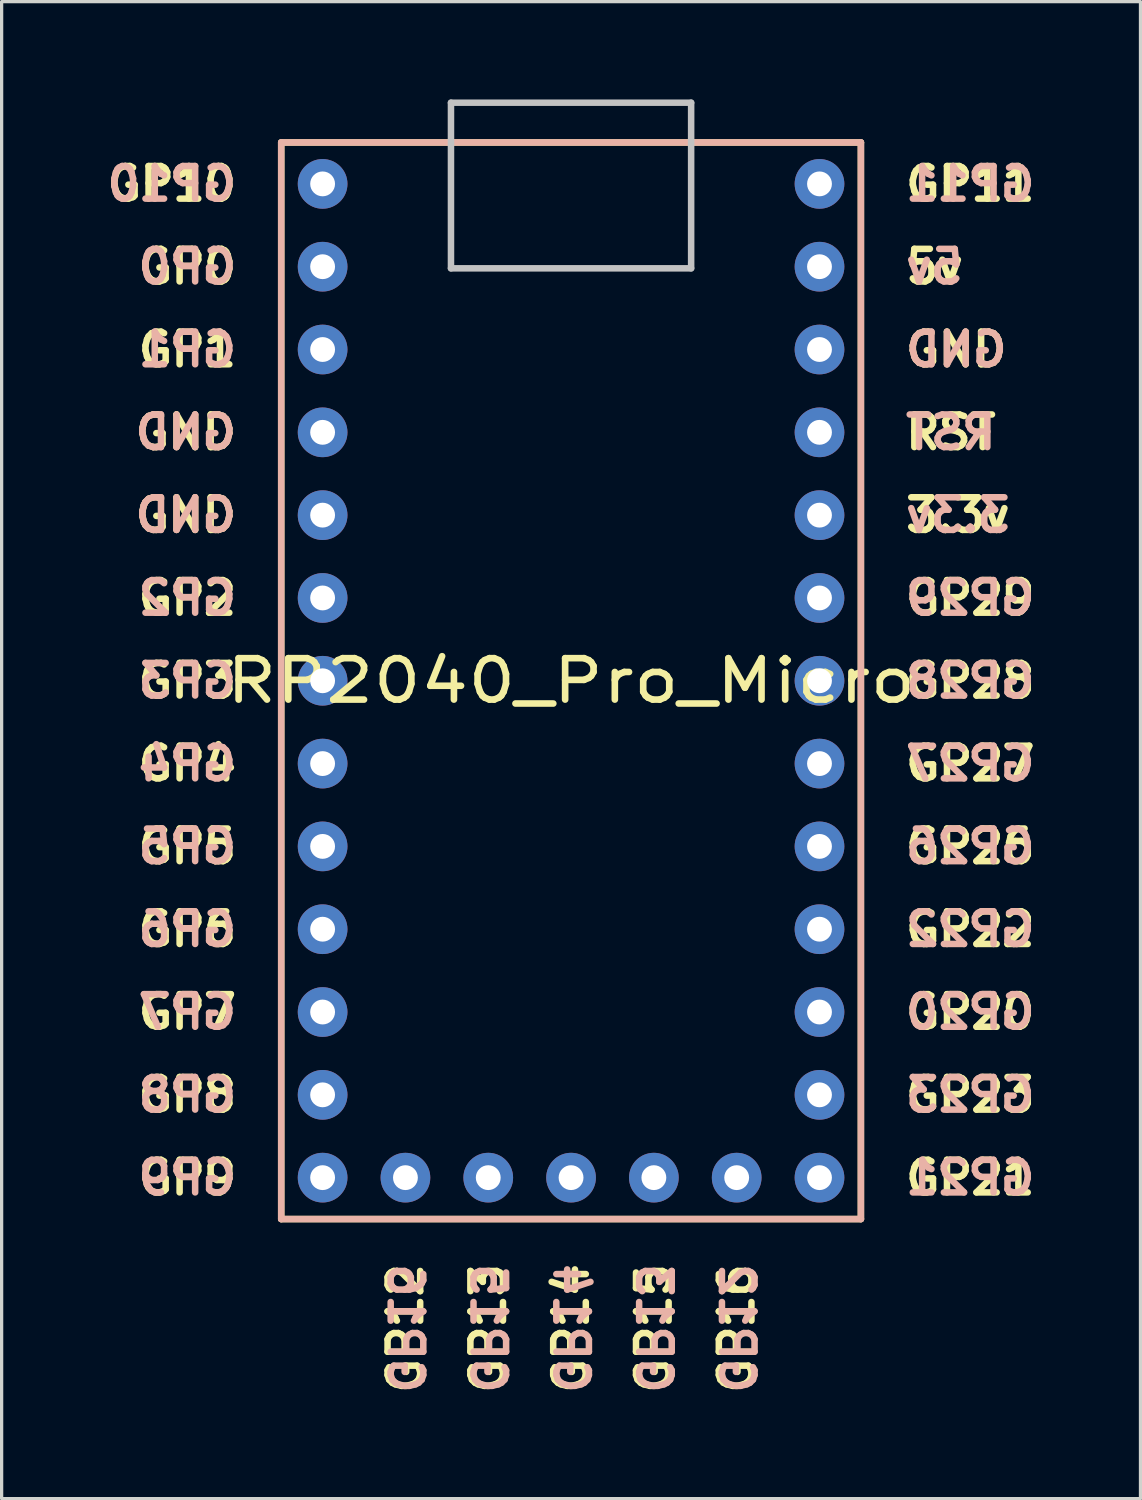
<source format=kicad_pcb>
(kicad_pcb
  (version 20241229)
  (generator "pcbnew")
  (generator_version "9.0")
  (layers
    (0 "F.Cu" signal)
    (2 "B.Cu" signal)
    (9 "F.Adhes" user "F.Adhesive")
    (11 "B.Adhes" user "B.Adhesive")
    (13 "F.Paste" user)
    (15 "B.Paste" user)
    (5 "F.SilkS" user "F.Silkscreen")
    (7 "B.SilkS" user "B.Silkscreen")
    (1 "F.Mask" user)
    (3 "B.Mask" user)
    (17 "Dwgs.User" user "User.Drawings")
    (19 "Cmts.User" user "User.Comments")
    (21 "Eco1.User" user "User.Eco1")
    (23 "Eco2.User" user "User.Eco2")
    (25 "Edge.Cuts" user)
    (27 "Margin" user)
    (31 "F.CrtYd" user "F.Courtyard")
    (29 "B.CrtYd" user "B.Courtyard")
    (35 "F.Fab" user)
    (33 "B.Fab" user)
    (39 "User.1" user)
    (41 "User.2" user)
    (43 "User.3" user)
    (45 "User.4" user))
  (footprint "RP2040_Pro_Micro"
    (layer "F.Cu")
    (at 14.465 19.1)
    (property "Reference" "RP2040_Pro_Micro" (at 0 -1.27 0) (layer "F.SilkS") (effects (font (size 1.27 1.524) (thickness 0.203))))
    (attr through_hole)
    (fp_line (start -8.89 -17.78) (end -8.89 15.24) (stroke (width 0.2) (type solid)) (layer "F.SilkS"))
    (fp_line (start -8.89 15.24) (end 8.89 15.24) (stroke (width 0.2) (type solid)) (layer "F.SilkS"))
    (fp_line (start 8.89 -17.78) (end -8.89 -17.78) (stroke (width 0.2) (type solid)) (layer "F.SilkS"))
    (fp_line (start 8.89 15.24) (end 8.89 -17.78) (stroke (width 0.2) (type solid)) (layer "F.SilkS"))
    (fp_line (start -8.89 -17.78) (end -8.89 15.24) (stroke (width 0.2) (type solid)) (layer "B.SilkS"))
    (fp_line (start -8.89 15.24) (end 8.89 15.24) (stroke (width 0.2) (type solid)) (layer "B.SilkS"))
    (fp_line (start 8.89 -17.78) (end -8.89 -17.78) (stroke (width 0.2) (type solid)) (layer "B.SilkS"))
    (fp_line (start 8.89 15.24) (end 8.89 -17.78) (stroke (width 0.2) (type solid)) (layer "B.SilkS"))
    (fp_line (start -3.683 -19) (end 3.683 -19) (stroke (width 0.2) (type solid)) (layer "Dwgs.User"))
    (fp_line (start -3.683 -13.92) (end -3.683 -19) (stroke (width 0.2) (type solid)) (layer "Dwgs.User"))
    (fp_line (start 3.683 -19) (end 3.683 -13.92) (stroke (width 0.2) (type solid)) (layer "Dwgs.User"))
    (fp_line (start 3.683 -13.92) (end -3.683 -13.92) (stroke (width 0.2) (type solid)) (layer "Dwgs.User"))
    (fp_text user "GP22" (at 10.16 6.35 0) (unlocked yes) (layer "F.SilkS") (effects (font (size 1 1) (thickness 0.2) (bold yes)) (justify left)))
    (fp_text user "GP8" (at -10.16 11.43 0) (unlocked yes) (layer "F.SilkS") (effects (font (size 1 1) (thickness 0.2) (bold yes)) (justify right)))
    (fp_text user "GP0" (at -10.16 -13.97 0) (unlocked yes) (layer "F.SilkS") (effects (font (size 1 1) (thickness 0.2) (bold yes)) (justify right)))
    (fp_text user "GP28" (at 10.16 -1.27 0) (unlocked yes) (layer "F.SilkS") (effects (font (size 1 1) (thickness 0.2) (bold yes)) (justify left)))
    (fp_text user "GP29" (at 10.16 -3.81 0) (unlocked yes) (layer "F.SilkS") (effects (font (size 1 1) (thickness 0.2) (bold yes)) (justify left)))
    (fp_text user "GP12" (at -5.08 16.51 90) (unlocked yes) (layer "F.SilkS") (effects (font (size 1 1) (thickness 0.2) (bold yes)) (justify right)))
    (fp_text user "GP13" (at -2.54 16.51 90) (unlocked yes) (layer "F.SilkS") (effects (font (size 1 1) (thickness 0.2) (bold yes)) (justify right)))
    (fp_text user "3.3v" (at 10.16 -6.35 0) (unlocked yes) (layer "F.SilkS") (effects (font (size 1 1) (thickness 0.2) (bold yes)) (justify left)))
    (fp_text user "GND" (at -10.16 -8.89 0) (unlocked yes) (layer "F.SilkS") (effects (font (size 1 1) (thickness 0.2) (bold yes)) (justify right)))
    (fp_text user "GP27" (at 10.16 1.27 0) (unlocked yes) (layer "F.SilkS") (effects (font (size 1 1) (thickness 0.2) (bold yes)) (justify left)))
    (fp_text user "GP23" (at 10.16 11.43 0) (unlocked yes) (layer "F.SilkS") (effects (font (size 1 1) (thickness 0.2) (bold yes)) (justify left)))
    (fp_text user "RST" (at 10.16 -8.89 0) (unlocked yes) (layer "F.SilkS") (effects (font (size 1 1) (thickness 0.2) (bold yes)) (justify left)))
    (fp_text user "GP21" (at 10.16 13.97 0) (unlocked yes) (layer "F.SilkS") (effects (font (size 1 1) (thickness 0.2) (bold yes)) (justify left)))
    (fp_text user "GP5" (at -10.16 3.81 0) (unlocked yes) (layer "F.SilkS") (effects (font (size 1 1) (thickness 0.2) (bold yes)) (justify right)))
    (fp_text user "GND" (at -10.16 -6.35 0) (unlocked yes) (layer "F.SilkS") (effects (font (size 1 1) (thickness 0.2) (bold yes)) (justify right)))
    (fp_text user "GP9" (at -10.16 13.97 0) (unlocked yes) (layer "F.SilkS") (effects (font (size 1 1) (thickness 0.2) (bold yes)) (justify right)))
    (fp_text user "GP14" (at 0 16.51 90) (unlocked yes) (layer "F.SilkS") (effects (font (size 1 1) (thickness 0.2) (bold yes)) (justify right)))
    (fp_text user "GP11" (at 10.16 -16.51 0) (unlocked yes) (layer "F.SilkS") (effects (font (size 1 1) (thickness 0.2) (bold yes)) (justify left)))
    (fp_text user "5v" (at 10.16 -13.97 0) (unlocked yes) (layer "F.SilkS") (effects (font (size 1 1) (thickness 0.2) (bold yes)) (justify left)))
    (fp_text user "GP20" (at 10.16 8.89 0) (unlocked yes) (layer "F.SilkS") (effects (font (size 1 1) (thickness 0.2) (bold yes)) (justify left)))
    (fp_text user "GP2" (at -10.16 -3.81 0) (unlocked yes) (layer "F.SilkS") (effects (font (size 1 1) (thickness 0.2) (bold yes)) (justify right)))
    (fp_text user "GP3" (at -10.16 -1.27 0) (unlocked yes) (layer "F.SilkS") (effects (font (size 1 1) (thickness 0.2) (bold yes)) (justify right)))
    (fp_text user "GP26" (at 10.16 3.81 0) (unlocked yes) (layer "F.SilkS") (effects (font (size 1 1) (thickness 0.2) (bold yes)) (justify left)))
    (fp_text user "GP1" (at -10.16 -11.43 0) (unlocked yes) (layer "F.SilkS") (effects (font (size 1 1) (thickness 0.2) (bold yes)) (justify right)))
    (fp_text user "GP16" (at 5.08 16.51 90) (unlocked yes) (layer "F.SilkS") (effects (font (size 1 1) (thickness 0.2) (bold yes)) (justify right)))
    (fp_text user "GP10" (at -10.16 -16.51 0) (unlocked yes) (layer "F.SilkS") (effects (font (size 1 1) (thickness 0.2) (bold yes)) (justify right)))
    (fp_text user "GP6" (at -10.16 6.35 0) (unlocked yes) (layer "F.SilkS") (effects (font (size 1 1) (thickness 0.2) (bold yes)) (justify right)))
    (fp_text user "GND" (at 10.16 -11.43 0) (unlocked yes) (layer "F.SilkS") (effects (font (size 1 1) (thickness 0.2) (bold yes)) (justify left)))
    (fp_text user "GP7" (at -10.16 8.89 0) (unlocked yes) (layer "F.SilkS") (effects (font (size 1 1) (thickness 0.2) (bold yes)) (justify right)))
    (fp_text user "GP4" (at -10.16 1.27 0) (unlocked yes) (layer "F.SilkS") (effects (font (size 1 1) (thickness 0.2) (bold yes)) (justify right)))
    (fp_text user "GP15" (at 2.54 16.51 90) (unlocked yes) (layer "F.SilkS") (effects (font (size 1 1) (thickness 0.2) (bold yes)) (justify right)))
    (fp_text user "GP6" (at -10.16 6.35 0) (unlocked yes) (layer "B.SilkS") (effects (font (size 1 1) (thickness 0.2) (bold yes)) (justify left mirror)))
    (fp_text user "GP3" (at -10.16 -1.27 0) (unlocked yes) (layer "B.SilkS") (effects (font (size 1 1) (thickness 0.2) (bold yes)) (justify left mirror)))
    (fp_text user "GP22" (at 10.16 6.35 0) (unlocked yes) (layer "B.SilkS") (effects (font (size 1 1) (thickness 0.2) (bold yes)) (justify right mirror)))
    (fp_text user "GND" (at -10.16 -8.89 0) (unlocked yes) (layer "B.SilkS") (effects (font (size 1 1) (thickness 0.2) (bold yes)) (justify left mirror)))
    (fp_text user "GP12" (at 5.08 16.51 270) (unlocked yes) (layer "B.SilkS") (effects (font (size 1 1) (thickness 0.2) (bold yes)) (justify right mirror)))
    (fp_text user "GP29" (at 10.16 -3.81 0) (unlocked yes) (layer "B.SilkS") (effects (font (size 1 1) (thickness 0.2) (bold yes)) (justify right mirror)))
    (fp_text user "RST" (at 10.16 -8.89 0) (unlocked yes) (layer "B.SilkS") (effects (font (size 1 1) (thickness 0.2) (bold yes)) (justify right mirror)))
    (fp_text user "GP13" (at 2.54 16.51 270) (unlocked yes) (layer "B.SilkS") (effects (font (size 1 1) (thickness 0.2) (bold yes)) (justify right mirror)))
    (fp_text user "GP14" (at 0 16.51 270) (unlocked yes) (layer "B.SilkS") (effects (font (size 1 1) (thickness 0.2) (bold yes)) (justify right mirror)))
    (fp_text user "3.3v" (at 10.16 -6.35 0) (unlocked yes) (layer "B.SilkS") (effects (font (size 1 1) (thickness 0.2) (bold yes)) (justify right mirror)))
    (fp_text user "GP27" (at 10.16 1.27 0) (unlocked yes) (layer "B.SilkS") (effects (font (size 1 1) (thickness 0.2) (bold yes)) (justify right mirror)))
    (fp_text user "GP23" (at 10.16 11.43 0) (unlocked yes) (layer "B.SilkS") (effects (font (size 1 1) (thickness 0.2) (bold yes)) (justify right mirror)))
    (fp_text user "GP20" (at 10.16 8.89 0) (unlocked yes) (layer "B.SilkS") (effects (font (size 1 1) (thickness 0.2) (bold yes)) (justify right mirror)))
    (fp_text user "GP4" (at -10.16 1.27 0) (unlocked yes) (layer "B.SilkS") (effects (font (size 1 1) (thickness 0.2) (bold yes)) (justify left mirror)))
    (fp_text user "GP2" (at -10.16 -3.81 0) (unlocked yes) (layer "B.SilkS") (effects (font (size 1 1) (thickness 0.2) (bold yes)) (justify left mirror)))
    (fp_text user "GP5" (at -10.16 3.81 0) (unlocked yes) (layer "B.SilkS") (effects (font (size 1 1) (thickness 0.2) (bold yes)) (justify left mirror)))
    (fp_text user "GND" (at 10.16 -11.43 0) (unlocked yes) (layer "B.SilkS") (effects (font (size 1 1) (thickness 0.2) (bold yes)) (justify right mirror)))
    (fp_text user "GP16" (at -5.08 16.51 270) (unlocked yes) (layer "B.SilkS") (effects (font (size 1 1) (thickness 0.2) (bold yes)) (justify right mirror)))
    (fp_text user "GND" (at -10.16 -6.35 0) (unlocked yes) (layer "B.SilkS") (effects (font (size 1 1) (thickness 0.2) (bold yes)) (justify left mirror)))
    (fp_text user "GP9" (at -10.16 13.97 0) (unlocked yes) (layer "B.SilkS") (effects (font (size 1 1) (thickness 0.2) (bold yes)) (justify left mirror)))
    (fp_text user "GP1" (at -10.16 -11.43 0) (unlocked yes) (layer "B.SilkS") (effects (font (size 1 1) (thickness 0.2) (bold yes)) (justify left mirror)))
    (fp_text user "GP15" (at -2.54 16.51 270) (unlocked yes) (layer "B.SilkS") (effects (font (size 1 1) (thickness 0.2) (bold yes)) (justify right mirror)))
    (fp_text user "GP11" (at 10.16 -16.51 0) (unlocked yes) (layer "B.SilkS") (effects (font (size 1 1) (thickness 0.2) (bold yes)) (justify right mirror)))
    (fp_text user "GP21" (at 10.16 13.97 0) (unlocked yes) (layer "B.SilkS") (effects (font (size 1 1) (thickness 0.2) (bold yes)) (justify right mirror)))
    (fp_text user "GP10" (at -10.16 -16.51 0) (unlocked yes) (layer "B.SilkS") (effects (font (size 1 1) (thickness 0.2) (bold yes)) (justify left mirror)))
    (fp_text user "GP7" (at -10.16 8.89 0) (unlocked yes) (layer "B.SilkS") (effects (font (size 1 1) (thickness 0.2) (bold yes)) (justify left mirror)))
    (fp_text user "GP26" (at 10.16 3.81 0) (unlocked yes) (layer "B.SilkS") (effects (font (size 1 1) (thickness 0.2) (bold yes)) (justify right mirror)))
    (fp_text user "GP0" (at -10.16 -13.97 0) (unlocked yes) (layer "B.SilkS") (effects (font (size 1 1) (thickness 0.2) (bold yes)) (justify left mirror)))
    (fp_text user "GP28" (at 10.16 -1.27 0) (unlocked yes) (layer "B.SilkS") (effects (font (size 1 1) (thickness 0.2) (bold yes)) (justify right mirror)))
    (fp_text user "5v" (at 10.16 -13.97 0) (unlocked yes) (layer "B.SilkS") (effects (font (size 1 1) (thickness 0.2) (bold yes)) (justify right mirror)))
    (fp_text user "GP8" (at -10.16 11.43 0) (unlocked yes) (layer "B.SilkS") (effects (font (size 1 1) (thickness 0.2) (bold yes)) (justify left mirror)))
    (pad "1" thru_hole circle (at -7.62 -16.51) (size 1.524 1.524) (drill 0.762) (layers "*.Cu" "*.Mask"))
    (pad "2" thru_hole circle (at -7.62 -13.97) (size 1.524 1.524) (drill 0.762) (layers "*.Cu" "*.Mask"))
    (pad "3" thru_hole circle (at -7.62 -11.43) (size 1.524 1.524) (drill 0.762) (layers "*.Cu" "*.Mask"))
    (pad "4" thru_hole circle (at -7.62 -8.89) (size 1.524 1.524) (drill 0.762) (layers "*.Cu" "*.Mask"))
    (pad "5" thru_hole circle (at -7.62 -6.35) (size 1.524 1.524) (drill 0.762) (layers "*.Cu" "*.Mask"))
    (pad "6" thru_hole circle (at -7.62 -3.81) (size 1.524 1.524) (drill 0.762) (layers "*.Cu" "*.Mask"))
    (pad "7" thru_hole circle (at -7.62 -1.27) (size 1.524 1.524) (drill 0.762) (layers "*.Cu" "*.Mask"))
    (pad "8" thru_hole circle (at -7.62 1.27) (size 1.524 1.524) (drill 0.762) (layers "*.Cu" "*.Mask"))
    (pad "9" thru_hole circle (at -7.62 3.81) (size 1.524 1.524) (drill 0.762) (layers "*.Cu" "*.Mask"))
    (pad "10" thru_hole circle (at -7.62 6.35) (size 1.524 1.524) (drill 0.762) (layers "*.Cu" "*.Mask"))
    (pad "11" thru_hole circle (at -7.62 8.89) (size 1.524 1.524) (drill 0.762) (layers "*.Cu" "*.Mask"))
    (pad "12" thru_hole circle (at -7.62 11.43) (size 1.524 1.524) (drill 0.762) (layers "*.Cu" "*.Mask"))
    (pad "13" thru_hole circle (at -7.62 13.97) (size 1.524 1.524) (drill 0.762) (layers "*.Cu" "*.Mask"))
    (pad "14" thru_hole circle (at -5.08 13.97) (size 1.524 1.524) (drill 0.762) (layers "*.Cu" "*.Mask"))
    (pad "15" thru_hole circle (at -2.54 13.97) (size 1.524 1.524) (drill 0.762) (layers "*.Cu" "*.Mask"))
    (pad "16" thru_hole circle (at 0 13.97) (size 1.524 1.524) (drill 0.762) (layers "*.Cu" "*.Mask"))
    (pad "17" thru_hole circle (at 2.54 13.97) (size 1.524 1.524) (drill 0.762) (layers "*.Cu" "*.Mask"))
    (pad "18" thru_hole circle (at 5.08 13.97) (size 1.524 1.524) (drill 0.762) (layers "*.Cu" "*.Mask"))
    (pad "19" thru_hole circle (at 7.62 13.97) (size 1.524 1.524) (drill 0.762) (layers "*.Cu" "*.Mask"))
    (pad "20" thru_hole circle (at 7.62 11.43) (size 1.524 1.524) (drill 0.762) (layers "*.Cu" "*.Mask"))
    (pad "21" thru_hole circle (at 7.62 8.89) (size 1.524 1.524) (drill 0.762) (layers "*.Cu" "*.Mask"))
    (pad "22" thru_hole circle (at 7.62 6.35) (size 1.524 1.524) (drill 0.762) (layers "*.Cu" "*.Mask"))
    (pad "23" thru_hole circle (at 7.62 3.81) (size 1.524 1.524) (drill 0.762) (layers "*.Cu" "*.Mask"))
    (pad "24" thru_hole circle (at 7.62 1.27) (size 1.524 1.524) (drill 0.762) (layers "*.Cu" "*.Mask"))
    (pad "25" thru_hole circle (at 7.62 -1.27) (size 1.524 1.524) (drill 0.762) (layers "*.Cu" "*.Mask"))
    (pad "26" thru_hole circle (at 7.62 -3.81) (size 1.524 1.524) (drill 0.762) (layers "*.Cu" "*.Mask"))
    (pad "27" thru_hole circle (at 7.62 -6.35) (size 1.524 1.524) (drill 0.762) (layers "*.Cu" "*.Mask"))
    (pad "28" thru_hole circle (at 7.62 -8.89) (size 1.524 1.524) (drill 0.762) (layers "*.Cu" "*.Mask"))
    (pad "29" thru_hole circle (at 7.62 -11.43) (size 1.524 1.524) (drill 0.762) (layers "*.Cu" "*.Mask"))
    (pad "30" thru_hole circle (at 7.62 -13.97) (size 1.524 1.524) (drill 0.762) (layers "*.Cu" "*.Mask"))
    (pad "31" thru_hole circle (at 7.62 -16.51) (size 1.524 1.524) (drill 0.762) (layers "*.Cu" "*.Mask")))
  (gr_rect
    (start -3 -3)
    (end 31.93 42.915)
    (stroke (width 0.1) (type default))
    (fill no)
    (layer "Edge.Cuts")))
</source>
